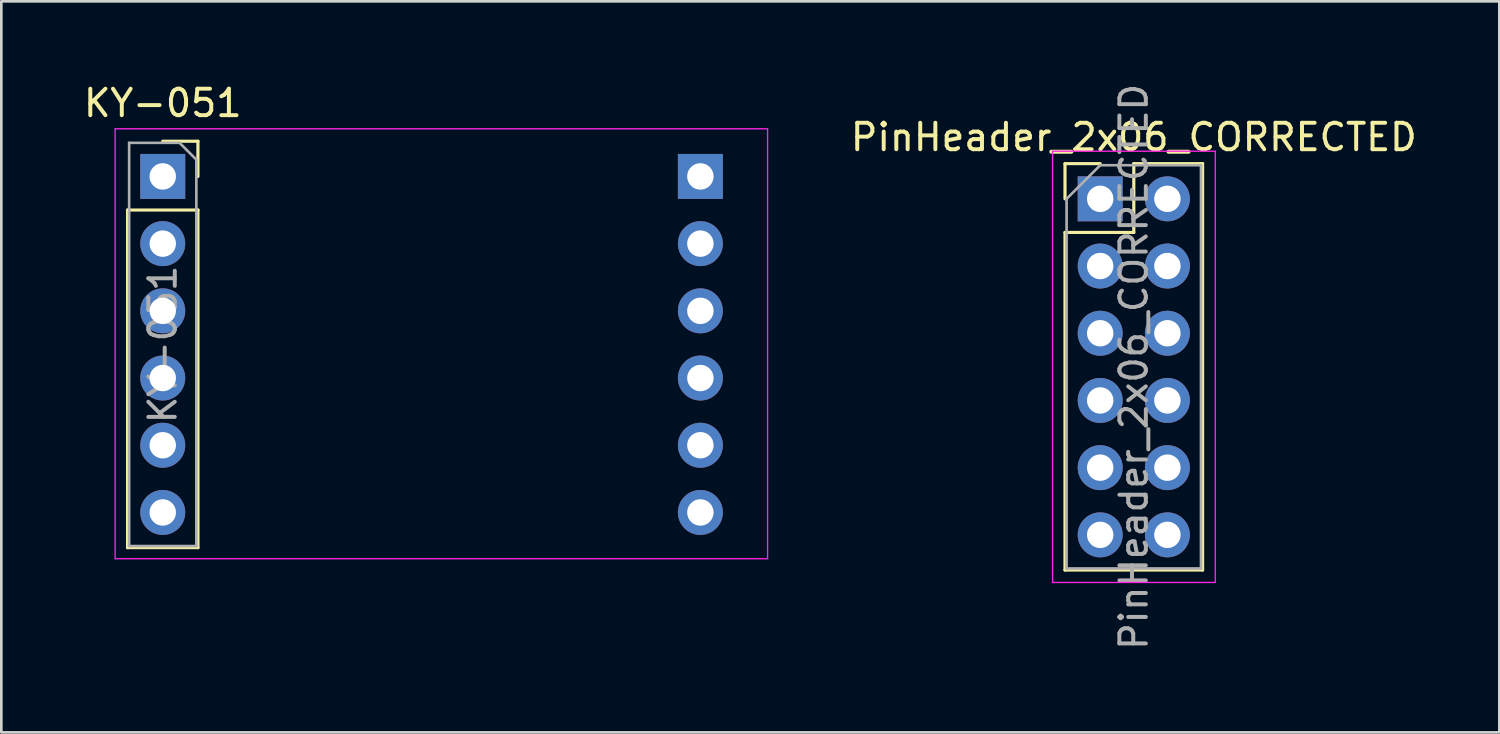
<source format=kicad_pcb>
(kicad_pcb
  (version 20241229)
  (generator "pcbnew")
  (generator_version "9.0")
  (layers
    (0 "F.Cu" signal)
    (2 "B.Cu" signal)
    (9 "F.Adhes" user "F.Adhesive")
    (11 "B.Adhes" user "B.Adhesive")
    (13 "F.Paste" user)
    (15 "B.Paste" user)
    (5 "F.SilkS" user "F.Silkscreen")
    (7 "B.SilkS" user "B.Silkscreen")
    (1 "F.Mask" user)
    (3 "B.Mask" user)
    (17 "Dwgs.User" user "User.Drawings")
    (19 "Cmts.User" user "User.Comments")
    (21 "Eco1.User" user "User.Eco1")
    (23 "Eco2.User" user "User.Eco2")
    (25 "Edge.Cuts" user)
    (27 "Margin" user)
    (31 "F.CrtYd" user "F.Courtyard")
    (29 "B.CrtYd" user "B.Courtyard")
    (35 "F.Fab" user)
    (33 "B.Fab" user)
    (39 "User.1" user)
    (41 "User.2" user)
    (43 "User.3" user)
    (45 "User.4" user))
  (footprint "PinHeader_2x06_CORRECTED"
    (layer "F.Cu")
    (at 38.532 4.465)
    (property "Reference" "PinHeader_2x06_CORRECTED" (at 1.27 -2.33 0) (layer "F.SilkS") (effects (font (size 1 1) (thickness 0.15))))
    (attr through_hole)
    (fp_line (start -1.33 -1.33) (end 0 -1.33) (stroke (width 0.12) (type solid)) (layer "F.SilkS"))
    (fp_line (start -1.33 0) (end -1.33 -1.33) (stroke (width 0.12) (type solid)) (layer "F.SilkS"))
    (fp_line (start -1.33 1.27) (end -1.33 14.03) (stroke (width 0.12) (type solid)) (layer "F.SilkS"))
    (fp_line (start -1.33 1.27) (end 1.27 1.27) (stroke (width 0.12) (type solid)) (layer "F.SilkS"))
    (fp_line (start -1.33 14.03) (end 3.87 14.03) (stroke (width 0.12) (type solid)) (layer "F.SilkS"))
    (fp_line (start 1.27 -1.33) (end 3.87 -1.33) (stroke (width 0.12) (type solid)) (layer "F.SilkS"))
    (fp_line (start 1.27 1.27) (end 1.27 -1.33) (stroke (width 0.12) (type solid)) (layer "F.SilkS"))
    (fp_line (start 3.87 -1.33) (end 3.87 14.03) (stroke (width 0.12) (type solid)) (layer "F.SilkS"))
    (fp_line (start -1.8 -1.8) (end -1.8 14.5) (stroke (width 0.05) (type solid)) (layer "F.CrtYd"))
    (fp_line (start -1.8 14.5) (end 4.35 14.5) (stroke (width 0.05) (type solid)) (layer "F.CrtYd"))
    (fp_line (start 4.35 -1.8) (end -1.8 -1.8) (stroke (width 0.05) (type solid)) (layer "F.CrtYd"))
    (fp_line (start 4.35 14.5) (end 4.35 -1.8) (stroke (width 0.05) (type solid)) (layer "F.CrtYd"))
    (fp_line (start -1.27 0) (end 0 -1.27) (stroke (width 0.1) (type solid)) (layer "F.Fab"))
    (fp_line (start -1.27 13.97) (end -1.27 0) (stroke (width 0.1) (type solid)) (layer "F.Fab"))
    (fp_line (start 0 -1.27) (end 3.81 -1.27) (stroke (width 0.1) (type solid)) (layer "F.Fab"))
    (fp_line (start 3.81 -1.27) (end 3.81 13.97) (stroke (width 0.1) (type solid)) (layer "F.Fab"))
    (fp_line (start 3.81 13.97) (end -1.27 13.97) (stroke (width 0.1) (type solid)) (layer "F.Fab"))
    (fp_text user "${REFERENCE}" (at 1.27 6.35 90) (layer "F.Fab") (effects (font (size 1 1) (thickness 0.15))))
    (pad "1" thru_hole rect (at 0 0) (size 1.7 1.7) (drill 1) (layers "*.Cu" "*.Mask"))
    (pad "2" thru_hole oval (at 0 2.54) (size 1.7 1.7) (drill 1) (layers "*.Cu" "*.Mask"))
    (pad "3" thru_hole oval (at 0 5.08) (size 1.7 1.7) (drill 1) (layers "*.Cu" "*.Mask"))
    (pad "4" thru_hole oval (at 0 7.62) (size 1.7 1.7) (drill 1) (layers "*.Cu" "*.Mask"))
    (pad "5" thru_hole oval (at 0 10.16) (size 1.7 1.7) (drill 1) (layers "*.Cu" "*.Mask"))
    (pad "6" thru_hole oval (at 0 12.7) (size 1.7 1.7) (drill 1) (layers "*.Cu" "*.Mask"))
    (pad "7" thru_hole oval (at 2.54 0) (size 1.7 1.7) (drill 1) (layers "*.Cu" "*.Mask"))
    (pad "8" thru_hole oval (at 2.54 2.54) (size 1.7 1.7) (drill 1) (layers "*.Cu" "*.Mask"))
    (pad "9" thru_hole oval (at 2.54 5.08) (size 1.7 1.7) (drill 1) (layers "*.Cu" "*.Mask"))
    (pad "10" thru_hole oval (at 2.54 7.62) (size 1.7 1.7) (drill 1) (layers "*.Cu" "*.Mask"))
    (pad "11" thru_hole oval (at 2.54 10.16) (size 1.7 1.7) (drill 1) (layers "*.Cu" "*.Mask"))
    (pad "12" thru_hole oval (at 2.54 12.7) (size 1.7 1.7) (drill 1) (layers "*.Cu" "*.Mask")))
  (footprint "KY-051"
    (layer "F.Cu")
    (at 3.101 3.618)
    (property "Reference" "KY-051" (at 0 -2.77 0) (layer "F.SilkS") (effects (font (size 1 1) (thickness 0.15))))
    (attr through_hole)
    (fp_line (start -1.33 1.27) (end -1.33 14.03) (stroke (width 0.12) (type solid)) (layer "F.SilkS"))
    (fp_line (start -1.33 1.27) (end 1.33 1.27) (stroke (width 0.12) (type solid)) (layer "F.SilkS"))
    (fp_line (start -1.33 14.03) (end 1.33 14.03) (stroke (width 0.12) (type solid)) (layer "F.SilkS"))
    (fp_line (start 0 -1.33) (end 1.33 -1.33) (stroke (width 0.12) (type solid)) (layer "F.SilkS"))
    (fp_line (start 1.33 -1.33) (end 1.33 0) (stroke (width 0.12) (type solid)) (layer "F.SilkS"))
    (fp_line (start 1.33 1.27) (end 1.33 14.03) (stroke (width 0.12) (type solid)) (layer "F.SilkS"))
    (fp_line (start -1.8 -1.8) (end 22.86 -1.8) (stroke (width 0.05) (type solid)) (layer "F.CrtYd"))
    (fp_line (start -1.8 14.45) (end -1.8 -1.8) (stroke (width 0.05) (type solid)) (layer "F.CrtYd"))
    (fp_line (start 22.86 -1.8) (end 22.86 14.45) (stroke (width 0.05) (type solid)) (layer "F.CrtYd"))
    (fp_line (start 22.86 14.45) (end -1.8 14.45) (stroke (width 0.05) (type solid)) (layer "F.CrtYd"))
    (fp_line (start -1.27 -1.27) (end 0.635 -1.27) (stroke (width 0.1) (type solid)) (layer "F.Fab"))
    (fp_line (start -1.27 13.97) (end -1.27 -1.27) (stroke (width 0.1) (type solid)) (layer "F.Fab"))
    (fp_line (start 0.635 -1.27) (end 1.27 -0.635) (stroke (width 0.1) (type solid)) (layer "F.Fab"))
    (fp_line (start 1.27 -0.635) (end 1.27 13.97) (stroke (width 0.1) (type solid)) (layer "F.Fab"))
    (fp_line (start 1.27 13.97) (end -1.27 13.97) (stroke (width 0.1) (type solid)) (layer "F.Fab"))
    (fp_text user "${REFERENCE}" (at 0 6.35 90) (layer "F.Fab") (effects (font (size 1 1) (thickness 0.15))))
    (pad "A1" thru_hole oval (at 0 10.16) (size 1.7 1.7) (drill 1) (layers "*.Cu" "*.Mask"))
    (pad "A2" thru_hole oval (at 0 7.62) (size 1.7 1.7) (drill 1) (layers "*.Cu" "*.Mask"))
    (pad "A3" thru_hole oval (at 0 5.08) (size 1.7 1.7) (drill 1) (layers "*.Cu" "*.Mask"))
    (pad "A4" thru_hole oval (at 0 2.54) (size 1.7 1.7) (drill 1) (layers "*.Cu" "*.Mask"))
    (pad "B1" thru_hole oval (at 20.32 10.16) (size 1.7 1.7) (drill 1) (layers "*.Cu" "*.Mask"))
    (pad "B2" thru_hole oval (at 20.32 7.62) (size 1.7 1.7) (drill 1) (layers "*.Cu" "*.Mask"))
    (pad "B3" thru_hole oval (at 20.32 5.08) (size 1.7 1.7) (drill 1) (layers "*.Cu" "*.Mask"))
    (pad "B4" thru_hole oval (at 20.32 2.54) (size 1.7 1.7) (drill 1) (layers "*.Cu" "*.Mask"))
    (pad "GND" thru_hole rect (at 0 0) (size 1.7 1.7) (drill 1) (layers "*.Cu" "*.Mask"))
    (pad "OE" thru_hole rect (at 20.32 0) (size 1.7 1.7) (drill 1) (layers "*.Cu" "*.Mask"))
    (pad "VCCa" thru_hole oval (at 0 12.7) (size 1.7 1.7) (drill 1) (layers "*.Cu" "*.Mask"))
    (pad "VCCb" thru_hole oval (at 20.32 12.7) (size 1.7 1.7) (drill 1) (layers "*.Cu" "*.Mask")))
  (gr_rect
    (start -3 -3)
    (end 53.617 24.631)
    (stroke (width 0.1) (type default))
    (fill no)
    (layer "Edge.Cuts")))
</source>
